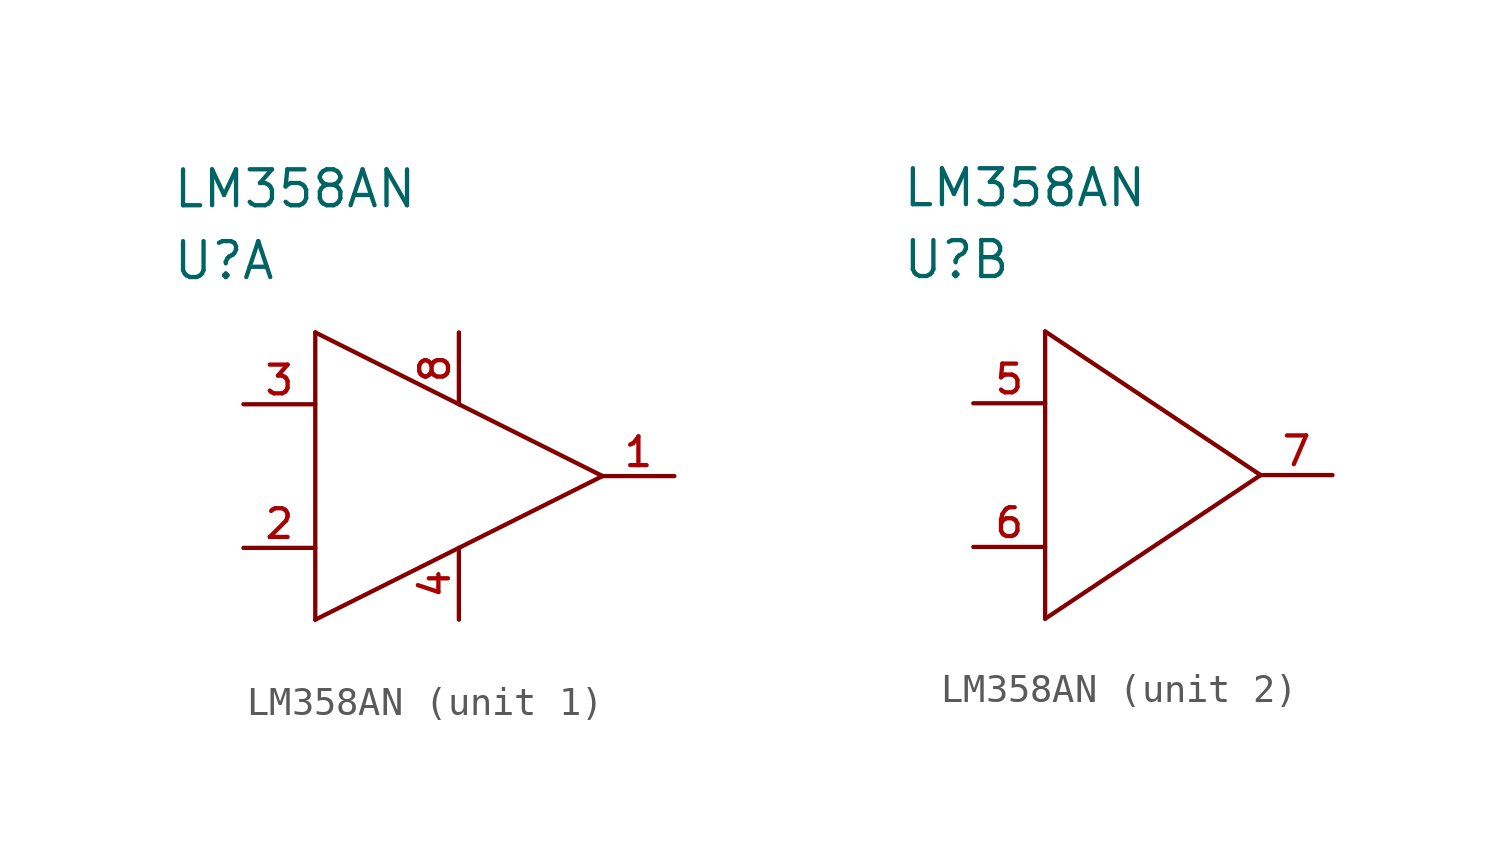
<source format=kicad_sym>
(kicad_symbol_lib
  (version 20220914)
  (generator kicad_symbol_editor)
  (symbol "LM358AN"
    (pin_names
      (offset 1.016))
    (property "Reference" "U"
      (at 0 5.08 0)
      (effects (font (size 1.27 1.27)) (justify left)))
    (property "Value" "LM358AN"
      (at 0 7.62 0)
      (effects (font (size 1.27 1.27)) (justify left)))
    (property "ki_locked" ""
      (at 0 0 0)
      (effects (font (size 1.27 1.27))))
    (symbol "LM358AN_1_0"
      (text "+" (at 5.588 1.27 0) (effects (font (size 1.524 1.524)) hide))
      (text "+" (at 5.842 1.27 0) (effects (font (size 1.524 1.524)) hide))
      (text "_" (at 5.588 0.762 0) (effects (font (size 1.524 1.524)) hide))
      (text "_" (at 5.588 0.762 0) (effects (font (size 1.524 1.524)) hide)))
    (symbol "LM358AN_1_1"
      (polyline (pts (xy 5.08 -7.62) (xy 5.08 2.54)) (stroke (width 0) (type solid)) (fill (type none)))
      (polyline (pts (xy 5.08 -7.62) (xy 15.24 -2.54)) (stroke (width 0) (type solid)) (fill (type none)))
      (polyline (pts (xy 5.08 2.54) (xy 15.24 -2.54)) (stroke (width 0) (type solid)) (fill (type none)))
      (pin passive line (at 17.78 -2.54 180) (length 2.54) (name "OUT1" (effects (font (size 0 0)))) (number "1" (effects (font (size 1.016 1.016)))))
      (pin unspecified line (at 2.54 -5.08 0) (length 2.54) (name "IN1(-)" (effects (font (size 0 0)))) (number "2" (effects (font (size 1.016 1.016)))))
      (pin unspecified line (at 2.54 0 0) (length 2.54) (name "IN1(+)" (effects (font (size 0 0)))) (number "3" (effects (font (size 1.016 1.016)))))
      (pin power_in line (at 10.16 -7.62 90) (length 2.54) (name "GND" (effects (font (size 0 0)))) (number "4" (effects (font (size 1.016 1.016)))))
      (pin power_in line (at 10.16 2.54 270) (length 2.54) (name "VCC" (effects (font (size 0 0)))) (number "8" (effects (font (size 1.016 1.016))))))
    (symbol "LM358AN_2_1"
      (polyline (pts (xy 5.08 -7.62) (xy 5.08 2.54)) (stroke (width 0) (type solid)) (fill (type none)))
      (polyline (pts (xy 5.08 -7.62) (xy 12.7 -2.54)) (stroke (width 0) (type solid)) (fill (type none)))
      (polyline (pts (xy 5.08 2.54) (xy 12.7 -2.54)) (stroke (width 0) (type solid)) (fill (type none)))
      (pin unspecified line (at 2.54 0 0) (length 2.54) (name "IN2(+)" (effects (font (size 0 0)))) (number "5" (effects (font (size 1.016 1.016)))))
      (pin unspecified line (at 2.54 -5.08 0) (length 2.54) (name "IN2(-)" (effects (font (size 0 0)))) (number "6" (effects (font (size 1.016 1.016)))))
      (pin passive line (at 15.24 -2.54 180) (length 2.54) (name "OUT2" (effects (font (size 0 0)))) (number "7" (effects (font (size 1.016 1.016))))))))
</source>
